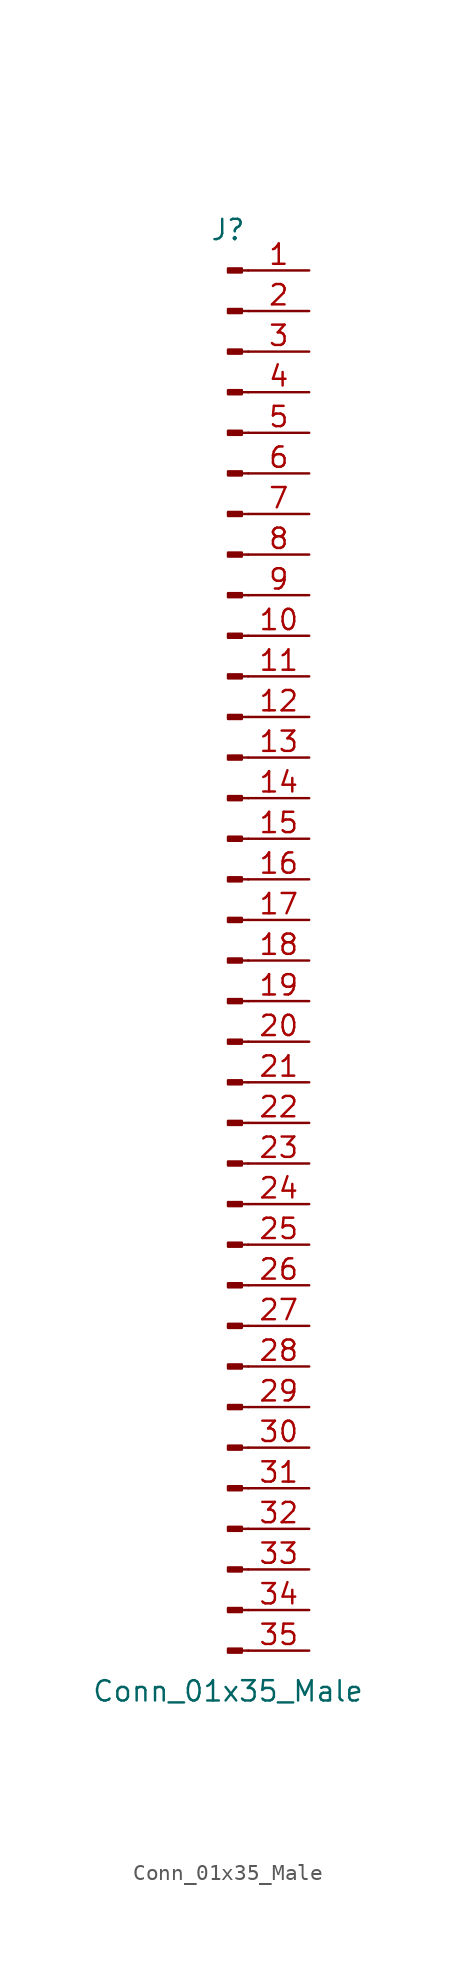
<source format=kicad_sym>
(kicad_symbol_lib
  (version 20220914)
  (generator kicad_symbol_editor)
  (symbol "Conn_01x35_Male"
    (pin_names
      (offset 1.016) hide)
    (property "Reference" "J"
      (at 0 45.72 0)
      (effects (font (size 1.27 1.27))))
    (property "Value" "Conn_01x35_Male"
      (at 0 -45.72 0)
      (effects (font (size 1.27 1.27))))
    (symbol "Conn_01x35_Male_1_1"
      (polyline (pts (xy 1.27 -43.18) (xy 0.864 -43.18)) (stroke (width 0.152) (type solid)) (fill (type none)))
      (polyline (pts (xy 1.27 -40.64) (xy 0.864 -40.64)) (stroke (width 0.152) (type solid)) (fill (type none)))
      (polyline (pts (xy 1.27 -38.1) (xy 0.864 -38.1)) (stroke (width 0.152) (type solid)) (fill (type none)))
      (polyline (pts (xy 1.27 -35.56) (xy 0.864 -35.56)) (stroke (width 0.152) (type solid)) (fill (type none)))
      (polyline (pts (xy 1.27 -33.02) (xy 0.864 -33.02)) (stroke (width 0.152) (type solid)) (fill (type none)))
      (polyline (pts (xy 1.27 -30.48) (xy 0.864 -30.48)) (stroke (width 0.152) (type solid)) (fill (type none)))
      (polyline (pts (xy 1.27 -27.94) (xy 0.864 -27.94)) (stroke (width 0.152) (type solid)) (fill (type none)))
      (polyline (pts (xy 1.27 -25.4) (xy 0.864 -25.4)) (stroke (width 0.152) (type solid)) (fill (type none)))
      (polyline (pts (xy 1.27 -22.86) (xy 0.864 -22.86)) (stroke (width 0.152) (type solid)) (fill (type none)))
      (polyline (pts (xy 1.27 -20.32) (xy 0.864 -20.32)) (stroke (width 0.152) (type solid)) (fill (type none)))
      (polyline (pts (xy 1.27 -17.78) (xy 0.864 -17.78)) (stroke (width 0.152) (type solid)) (fill (type none)))
      (polyline (pts (xy 1.27 -15.24) (xy 0.864 -15.24)) (stroke (width 0.152) (type solid)) (fill (type none)))
      (polyline (pts (xy 1.27 -12.7) (xy 0.864 -12.7)) (stroke (width 0.152) (type solid)) (fill (type none)))
      (polyline (pts (xy 1.27 -10.16) (xy 0.864 -10.16)) (stroke (width 0.152) (type solid)) (fill (type none)))
      (polyline (pts (xy 1.27 -7.62) (xy 0.864 -7.62)) (stroke (width 0.152) (type solid)) (fill (type none)))
      (polyline (pts (xy 1.27 -5.08) (xy 0.864 -5.08)) (stroke (width 0.152) (type solid)) (fill (type none)))
      (polyline (pts (xy 1.27 -2.54) (xy 0.864 -2.54)) (stroke (width 0.152) (type solid)) (fill (type none)))
      (polyline (pts (xy 1.27 0) (xy 0.864 0)) (stroke (width 0.152) (type solid)) (fill (type none)))
      (polyline (pts (xy 1.27 2.54) (xy 0.864 2.54)) (stroke (width 0.152) (type solid)) (fill (type none)))
      (polyline (pts (xy 1.27 5.08) (xy 0.864 5.08)) (stroke (width 0.152) (type solid)) (fill (type none)))
      (polyline (pts (xy 1.27 7.62) (xy 0.864 7.62)) (stroke (width 0.152) (type solid)) (fill (type none)))
      (polyline (pts (xy 1.27 10.16) (xy 0.864 10.16)) (stroke (width 0.152) (type solid)) (fill (type none)))
      (polyline (pts (xy 1.27 12.7) (xy 0.864 12.7)) (stroke (width 0.152) (type solid)) (fill (type none)))
      (polyline (pts (xy 1.27 15.24) (xy 0.864 15.24)) (stroke (width 0.152) (type solid)) (fill (type none)))
      (polyline (pts (xy 1.27 17.78) (xy 0.864 17.78)) (stroke (width 0.152) (type solid)) (fill (type none)))
      (polyline (pts (xy 1.27 20.32) (xy 0.864 20.32)) (stroke (width 0.152) (type solid)) (fill (type none)))
      (polyline (pts (xy 1.27 22.86) (xy 0.864 22.86)) (stroke (width 0.152) (type solid)) (fill (type none)))
      (polyline (pts (xy 1.27 25.4) (xy 0.864 25.4)) (stroke (width 0.152) (type solid)) (fill (type none)))
      (polyline (pts (xy 1.27 27.94) (xy 0.864 27.94)) (stroke (width 0.152) (type solid)) (fill (type none)))
      (polyline (pts (xy 1.27 30.48) (xy 0.864 30.48)) (stroke (width 0.152) (type solid)) (fill (type none)))
      (polyline (pts (xy 1.27 33.02) (xy 0.864 33.02)) (stroke (width 0.152) (type solid)) (fill (type none)))
      (polyline (pts (xy 1.27 35.56) (xy 0.864 35.56)) (stroke (width 0.152) (type solid)) (fill (type none)))
      (polyline (pts (xy 1.27 38.1) (xy 0.864 38.1)) (stroke (width 0.152) (type solid)) (fill (type none)))
      (polyline (pts (xy 1.27 40.64) (xy 0.864 40.64)) (stroke (width 0.152) (type solid)) (fill (type none)))
      (polyline (pts (xy 1.27 43.18) (xy 0.864 43.18)) (stroke (width 0.152) (type solid)) (fill (type none)))
      (rectangle (start 0.864 -43.053) (end 0 -43.307) (stroke (width 0.152) (type solid)) (fill (type outline)))
      (rectangle (start 0.864 -40.513) (end 0 -40.767) (stroke (width 0.152) (type solid)) (fill (type outline)))
      (rectangle (start 0.864 -37.973) (end 0 -38.227) (stroke (width 0.152) (type solid)) (fill (type outline)))
      (rectangle (start 0.864 -35.433) (end 0 -35.687) (stroke (width 0.152) (type solid)) (fill (type outline)))
      (rectangle (start 0.864 -32.893) (end 0 -33.147) (stroke (width 0.152) (type solid)) (fill (type outline)))
      (rectangle (start 0.864 -30.353) (end 0 -30.607) (stroke (width 0.152) (type solid)) (fill (type outline)))
      (rectangle (start 0.864 -27.813) (end 0 -28.067) (stroke (width 0.152) (type solid)) (fill (type outline)))
      (rectangle (start 0.864 -25.273) (end 0 -25.527) (stroke (width 0.152) (type solid)) (fill (type outline)))
      (rectangle (start 0.864 -22.733) (end 0 -22.987) (stroke (width 0.152) (type solid)) (fill (type outline)))
      (rectangle (start 0.864 -20.193) (end 0 -20.447) (stroke (width 0.152) (type solid)) (fill (type outline)))
      (rectangle (start 0.864 -17.653) (end 0 -17.907) (stroke (width 0.152) (type solid)) (fill (type outline)))
      (rectangle (start 0.864 -15.113) (end 0 -15.367) (stroke (width 0.152) (type solid)) (fill (type outline)))
      (rectangle (start 0.864 -12.573) (end 0 -12.827) (stroke (width 0.152) (type solid)) (fill (type outline)))
      (rectangle (start 0.864 -10.033) (end 0 -10.287) (stroke (width 0.152) (type solid)) (fill (type outline)))
      (rectangle (start 0.864 -7.493) (end 0 -7.747) (stroke (width 0.152) (type solid)) (fill (type outline)))
      (rectangle (start 0.864 -4.953) (end 0 -5.207) (stroke (width 0.152) (type solid)) (fill (type outline)))
      (rectangle (start 0.864 -2.413) (end 0 -2.667) (stroke (width 0.152) (type solid)) (fill (type outline)))
      (rectangle (start 0.864 0.127) (end 0 -0.127) (stroke (width 0.152) (type solid)) (fill (type outline)))
      (rectangle (start 0.864 2.667) (end 0 2.413) (stroke (width 0.152) (type solid)) (fill (type outline)))
      (rectangle (start 0.864 5.207) (end 0 4.953) (stroke (width 0.152) (type solid)) (fill (type outline)))
      (rectangle (start 0.864 7.747) (end 0 7.493) (stroke (width 0.152) (type solid)) (fill (type outline)))
      (rectangle (start 0.864 10.287) (end 0 10.033) (stroke (width 0.152) (type solid)) (fill (type outline)))
      (rectangle (start 0.864 12.827) (end 0 12.573) (stroke (width 0.152) (type solid)) (fill (type outline)))
      (rectangle (start 0.864 15.367) (end 0 15.113) (stroke (width 0.152) (type solid)) (fill (type outline)))
      (rectangle (start 0.864 17.907) (end 0 17.653) (stroke (width 0.152) (type solid)) (fill (type outline)))
      (rectangle (start 0.864 20.447) (end 0 20.193) (stroke (width 0.152) (type solid)) (fill (type outline)))
      (rectangle (start 0.864 22.987) (end 0 22.733) (stroke (width 0.152) (type solid)) (fill (type outline)))
      (rectangle (start 0.864 25.527) (end 0 25.273) (stroke (width 0.152) (type solid)) (fill (type outline)))
      (rectangle (start 0.864 28.067) (end 0 27.813) (stroke (width 0.152) (type solid)) (fill (type outline)))
      (rectangle (start 0.864 30.607) (end 0 30.353) (stroke (width 0.152) (type solid)) (fill (type outline)))
      (rectangle (start 0.864 33.147) (end 0 32.893) (stroke (width 0.152) (type solid)) (fill (type outline)))
      (rectangle (start 0.864 35.687) (end 0 35.433) (stroke (width 0.152) (type solid)) (fill (type outline)))
      (rectangle (start 0.864 38.227) (end 0 37.973) (stroke (width 0.152) (type solid)) (fill (type outline)))
      (rectangle (start 0.864 40.767) (end 0 40.513) (stroke (width 0.152) (type solid)) (fill (type outline)))
      (rectangle (start 0.864 43.307) (end 0 43.053) (stroke (width 0.152) (type solid)) (fill (type outline)))
      (pin passive line (at 5.08 43.18 180) (length 3.81) (name "Pin_1" (effects (font (size 1.27 1.27)))) (number "1" (effects (font (size 1.27 1.27)))))
      (pin passive line (at 5.08 20.32 180) (length 3.81) (name "Pin_10" (effects (font (size 1.27 1.27)))) (number "10" (effects (font (size 1.27 1.27)))))
      (pin passive line (at 5.08 17.78 180) (length 3.81) (name "Pin_11" (effects (font (size 1.27 1.27)))) (number "11" (effects (font (size 1.27 1.27)))))
      (pin passive line (at 5.08 15.24 180) (length 3.81) (name "Pin_12" (effects (font (size 1.27 1.27)))) (number "12" (effects (font (size 1.27 1.27)))))
      (pin passive line (at 5.08 12.7 180) (length 3.81) (name "Pin_13" (effects (font (size 1.27 1.27)))) (number "13" (effects (font (size 1.27 1.27)))))
      (pin passive line (at 5.08 10.16 180) (length 3.81) (name "Pin_14" (effects (font (size 1.27 1.27)))) (number "14" (effects (font (size 1.27 1.27)))))
      (pin passive line (at 5.08 7.62 180) (length 3.81) (name "Pin_15" (effects (font (size 1.27 1.27)))) (number "15" (effects (font (size 1.27 1.27)))))
      (pin passive line (at 5.08 5.08 180) (length 3.81) (name "Pin_16" (effects (font (size 1.27 1.27)))) (number "16" (effects (font (size 1.27 1.27)))))
      (pin passive line (at 5.08 2.54 180) (length 3.81) (name "Pin_17" (effects (font (size 1.27 1.27)))) (number "17" (effects (font (size 1.27 1.27)))))
      (pin passive line (at 5.08 0 180) (length 3.81) (name "Pin_18" (effects (font (size 1.27 1.27)))) (number "18" (effects (font (size 1.27 1.27)))))
      (pin passive line (at 5.08 -2.54 180) (length 3.81) (name "Pin_19" (effects (font (size 1.27 1.27)))) (number "19" (effects (font (size 1.27 1.27)))))
      (pin passive line (at 5.08 40.64 180) (length 3.81) (name "Pin_2" (effects (font (size 1.27 1.27)))) (number "2" (effects (font (size 1.27 1.27)))))
      (pin passive line (at 5.08 -5.08 180) (length 3.81) (name "Pin_20" (effects (font (size 1.27 1.27)))) (number "20" (effects (font (size 1.27 1.27)))))
      (pin passive line (at 5.08 -7.62 180) (length 3.81) (name "Pin_21" (effects (font (size 1.27 1.27)))) (number "21" (effects (font (size 1.27 1.27)))))
      (pin passive line (at 5.08 -10.16 180) (length 3.81) (name "Pin_22" (effects (font (size 1.27 1.27)))) (number "22" (effects (font (size 1.27 1.27)))))
      (pin passive line (at 5.08 -12.7 180) (length 3.81) (name "Pin_23" (effects (font (size 1.27 1.27)))) (number "23" (effects (font (size 1.27 1.27)))))
      (pin passive line (at 5.08 -15.24 180) (length 3.81) (name "Pin_24" (effects (font (size 1.27 1.27)))) (number "24" (effects (font (size 1.27 1.27)))))
      (pin passive line (at 5.08 -17.78 180) (length 3.81) (name "Pin_25" (effects (font (size 1.27 1.27)))) (number "25" (effects (font (size 1.27 1.27)))))
      (pin passive line (at 5.08 -20.32 180) (length 3.81) (name "Pin_26" (effects (font (size 1.27 1.27)))) (number "26" (effects (font (size 1.27 1.27)))))
      (pin passive line (at 5.08 -22.86 180) (length 3.81) (name "Pin_27" (effects (font (size 1.27 1.27)))) (number "27" (effects (font (size 1.27 1.27)))))
      (pin passive line (at 5.08 -25.4 180) (length 3.81) (name "Pin_28" (effects (font (size 1.27 1.27)))) (number "28" (effects (font (size 1.27 1.27)))))
      (pin passive line (at 5.08 -27.94 180) (length 3.81) (name "Pin_29" (effects (font (size 1.27 1.27)))) (number "29" (effects (font (size 1.27 1.27)))))
      (pin passive line (at 5.08 38.1 180) (length 3.81) (name "Pin_3" (effects (font (size 1.27 1.27)))) (number "3" (effects (font (size 1.27 1.27)))))
      (pin passive line (at 5.08 -30.48 180) (length 3.81) (name "Pin_30" (effects (font (size 1.27 1.27)))) (number "30" (effects (font (size 1.27 1.27)))))
      (pin passive line (at 5.08 -33.02 180) (length 3.81) (name "Pin_31" (effects (font (size 1.27 1.27)))) (number "31" (effects (font (size 1.27 1.27)))))
      (pin passive line (at 5.08 -35.56 180) (length 3.81) (name "Pin_32" (effects (font (size 1.27 1.27)))) (number "32" (effects (font (size 1.27 1.27)))))
      (pin passive line (at 5.08 -38.1 180) (length 3.81) (name "Pin_33" (effects (font (size 1.27 1.27)))) (number "33" (effects (font (size 1.27 1.27)))))
      (pin passive line (at 5.08 -40.64 180) (length 3.81) (name "Pin_34" (effects (font (size 1.27 1.27)))) (number "34" (effects (font (size 1.27 1.27)))))
      (pin passive line (at 5.08 -43.18 180) (length 3.81) (name "Pin_35" (effects (font (size 1.27 1.27)))) (number "35" (effects (font (size 1.27 1.27)))))
      (pin passive line (at 5.08 35.56 180) (length 3.81) (name "Pin_4" (effects (font (size 1.27 1.27)))) (number "4" (effects (font (size 1.27 1.27)))))
      (pin passive line (at 5.08 33.02 180) (length 3.81) (name "Pin_5" (effects (font (size 1.27 1.27)))) (number "5" (effects (font (size 1.27 1.27)))))
      (pin passive line (at 5.08 30.48 180) (length 3.81) (name "Pin_6" (effects (font (size 1.27 1.27)))) (number "6" (effects (font (size 1.27 1.27)))))
      (pin passive line (at 5.08 27.94 180) (length 3.81) (name "Pin_7" (effects (font (size 1.27 1.27)))) (number "7" (effects (font (size 1.27 1.27)))))
      (pin passive line (at 5.08 25.4 180) (length 3.81) (name "Pin_8" (effects (font (size 1.27 1.27)))) (number "8" (effects (font (size 1.27 1.27)))))
      (pin passive line (at 5.08 22.86 180) (length 3.81) (name "Pin_9" (effects (font (size 1.27 1.27)))) (number "9" (effects (font (size 1.27 1.27))))))))
</source>
